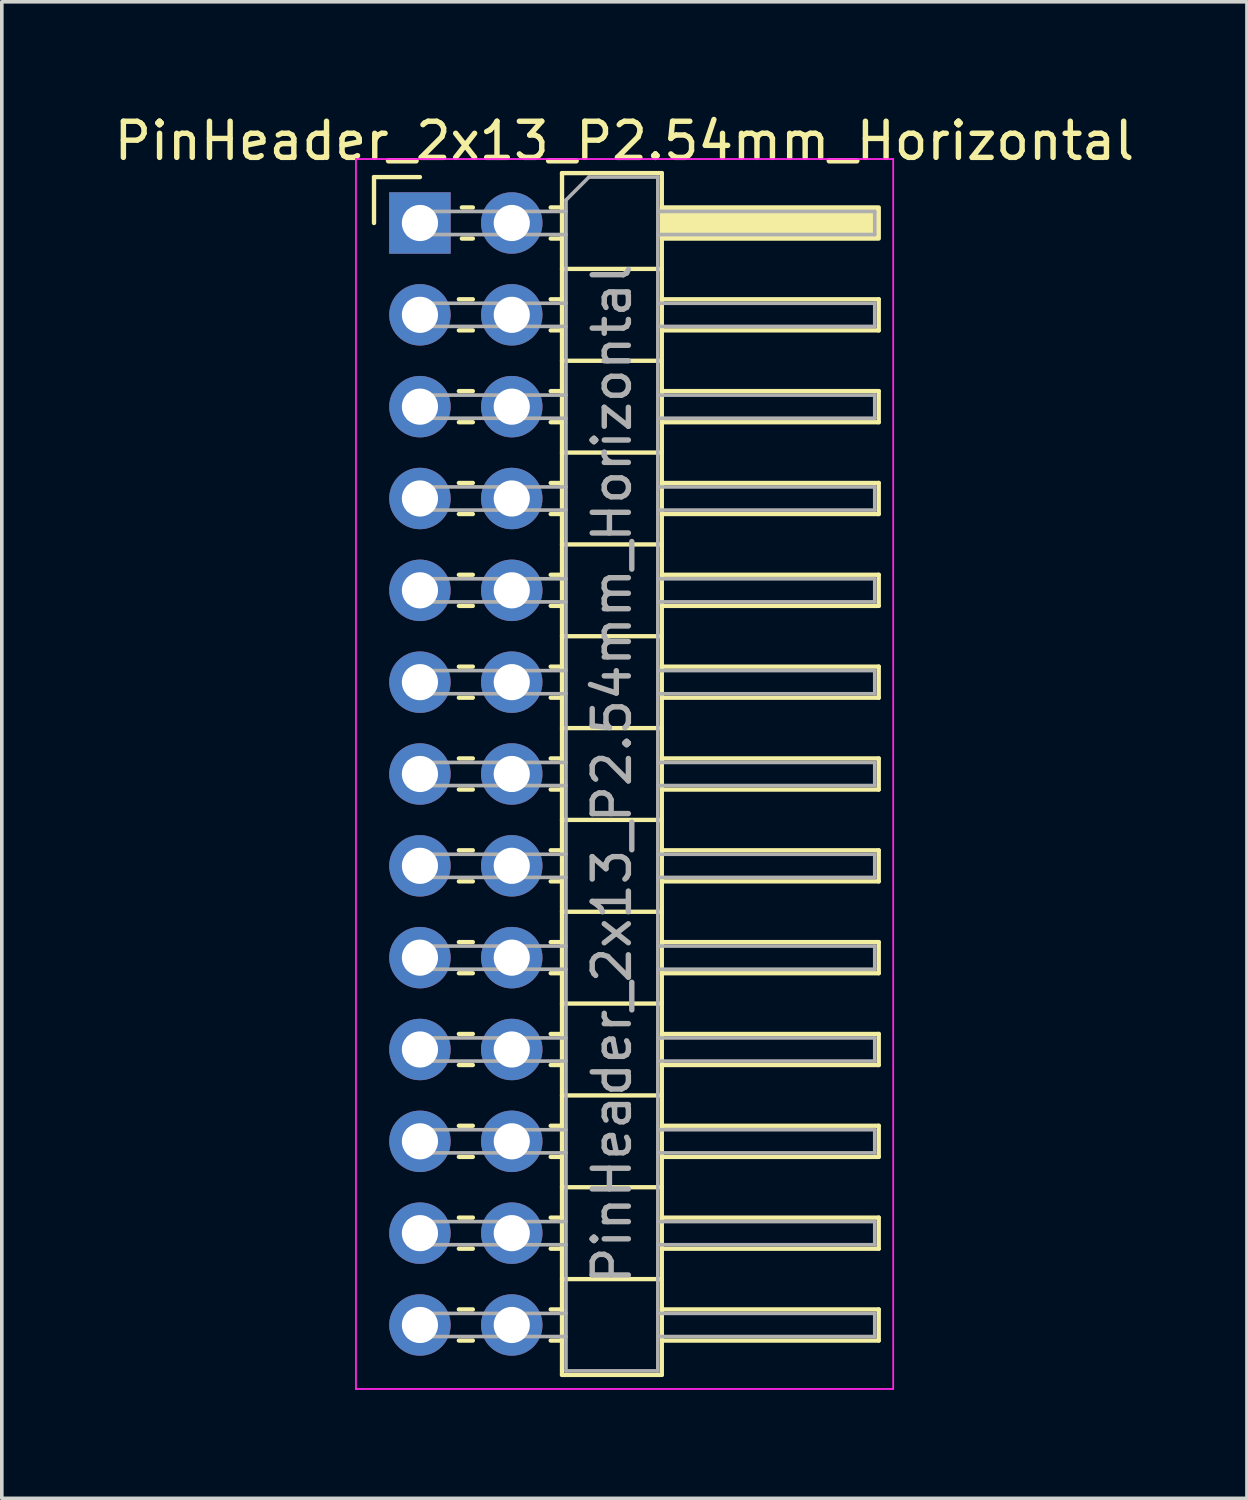
<source format=kicad_pcb>
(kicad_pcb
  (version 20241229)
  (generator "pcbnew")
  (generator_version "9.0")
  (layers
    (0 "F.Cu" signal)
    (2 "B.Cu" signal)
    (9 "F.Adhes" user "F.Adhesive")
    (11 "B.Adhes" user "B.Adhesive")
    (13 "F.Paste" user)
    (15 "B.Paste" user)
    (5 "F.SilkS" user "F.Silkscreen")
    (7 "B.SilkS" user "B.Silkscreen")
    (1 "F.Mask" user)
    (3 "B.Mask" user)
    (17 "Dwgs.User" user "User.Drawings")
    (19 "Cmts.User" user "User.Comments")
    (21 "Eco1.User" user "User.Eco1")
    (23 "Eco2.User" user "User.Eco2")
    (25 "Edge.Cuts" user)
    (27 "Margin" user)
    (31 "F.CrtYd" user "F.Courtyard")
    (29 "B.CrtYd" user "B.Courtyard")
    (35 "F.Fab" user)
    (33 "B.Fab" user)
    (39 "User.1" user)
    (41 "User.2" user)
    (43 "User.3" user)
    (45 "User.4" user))
  (footprint "PinHeader_2x13_P2.54mm_Horizontal"
    (layer "F.Cu")
    (at 8.565 3.118)
    (property "Reference" "PinHeader_2x13_P2.54mm_Horizontal" (at 5.655 -2.27 0) (layer "F.SilkS") (effects (font (size 1 1) (thickness 0.15))))
    (attr through_hole)
    (fp_line (start -1.27 -1.27) (end 0 -1.27) (stroke (width 0.12) (type solid)) (layer "F.SilkS"))
    (fp_line (start -1.27 0) (end -1.27 -1.27) (stroke (width 0.12) (type solid)) (layer "F.SilkS"))
    (fp_line (start 1.077 2.11) (end 1.463 2.11) (stroke (width 0.12) (type solid)) (layer "F.SilkS"))
    (fp_line (start 1.077 2.97) (end 1.463 2.97) (stroke (width 0.12) (type solid)) (layer "F.SilkS"))
    (fp_line (start 1.077 4.65) (end 1.463 4.65) (stroke (width 0.12) (type solid)) (layer "F.SilkS"))
    (fp_line (start 1.077 5.51) (end 1.463 5.51) (stroke (width 0.12) (type solid)) (layer "F.SilkS"))
    (fp_line (start 1.077 7.19) (end 1.463 7.19) (stroke (width 0.12) (type solid)) (layer "F.SilkS"))
    (fp_line (start 1.077 8.05) (end 1.463 8.05) (stroke (width 0.12) (type solid)) (layer "F.SilkS"))
    (fp_line (start 1.077 9.73) (end 1.463 9.73) (stroke (width 0.12) (type solid)) (layer "F.SilkS"))
    (fp_line (start 1.077 10.59) (end 1.463 10.59) (stroke (width 0.12) (type solid)) (layer "F.SilkS"))
    (fp_line (start 1.077 12.27) (end 1.463 12.27) (stroke (width 0.12) (type solid)) (layer "F.SilkS"))
    (fp_line (start 1.077 13.13) (end 1.463 13.13) (stroke (width 0.12) (type solid)) (layer "F.SilkS"))
    (fp_line (start 1.077 14.81) (end 1.463 14.81) (stroke (width 0.12) (type solid)) (layer "F.SilkS"))
    (fp_line (start 1.077 15.67) (end 1.463 15.67) (stroke (width 0.12) (type solid)) (layer "F.SilkS"))
    (fp_line (start 1.077 17.35) (end 1.463 17.35) (stroke (width 0.12) (type solid)) (layer "F.SilkS"))
    (fp_line (start 1.077 18.21) (end 1.463 18.21) (stroke (width 0.12) (type solid)) (layer "F.SilkS"))
    (fp_line (start 1.077 19.89) (end 1.463 19.89) (stroke (width 0.12) (type solid)) (layer "F.SilkS"))
    (fp_line (start 1.077 20.75) (end 1.463 20.75) (stroke (width 0.12) (type solid)) (layer "F.SilkS"))
    (fp_line (start 1.077 22.43) (end 1.463 22.43) (stroke (width 0.12) (type solid)) (layer "F.SilkS"))
    (fp_line (start 1.077 23.29) (end 1.463 23.29) (stroke (width 0.12) (type solid)) (layer "F.SilkS"))
    (fp_line (start 1.077 24.97) (end 1.463 24.97) (stroke (width 0.12) (type solid)) (layer "F.SilkS"))
    (fp_line (start 1.077 25.83) (end 1.463 25.83) (stroke (width 0.12) (type solid)) (layer "F.SilkS"))
    (fp_line (start 1.077 27.51) (end 1.463 27.51) (stroke (width 0.12) (type solid)) (layer "F.SilkS"))
    (fp_line (start 1.077 28.37) (end 1.463 28.37) (stroke (width 0.12) (type solid)) (layer "F.SilkS"))
    (fp_line (start 1.077 30.05) (end 1.463 30.05) (stroke (width 0.12) (type solid)) (layer "F.SilkS"))
    (fp_line (start 1.077 30.91) (end 1.463 30.91) (stroke (width 0.12) (type solid)) (layer "F.SilkS"))
    (fp_line (start 1.16 -0.43) (end 1.463 -0.43) (stroke (width 0.12) (type solid)) (layer "F.SilkS"))
    (fp_line (start 1.16 0.43) (end 1.463 0.43) (stroke (width 0.12) (type solid)) (layer "F.SilkS"))
    (fp_line (start 3.617 -0.43) (end 3.93 -0.43) (stroke (width 0.12) (type solid)) (layer "F.SilkS"))
    (fp_line (start 3.617 0.43) (end 3.93 0.43) (stroke (width 0.12) (type solid)) (layer "F.SilkS"))
    (fp_line (start 3.617 2.11) (end 3.93 2.11) (stroke (width 0.12) (type solid)) (layer "F.SilkS"))
    (fp_line (start 3.617 2.97) (end 3.93 2.97) (stroke (width 0.12) (type solid)) (layer "F.SilkS"))
    (fp_line (start 3.617 4.65) (end 3.93 4.65) (stroke (width 0.12) (type solid)) (layer "F.SilkS"))
    (fp_line (start 3.617 5.51) (end 3.93 5.51) (stroke (width 0.12) (type solid)) (layer "F.SilkS"))
    (fp_line (start 3.617 7.19) (end 3.93 7.19) (stroke (width 0.12) (type solid)) (layer "F.SilkS"))
    (fp_line (start 3.617 8.05) (end 3.93 8.05) (stroke (width 0.12) (type solid)) (layer "F.SilkS"))
    (fp_line (start 3.617 9.73) (end 3.93 9.73) (stroke (width 0.12) (type solid)) (layer "F.SilkS"))
    (fp_line (start 3.617 10.59) (end 3.93 10.59) (stroke (width 0.12) (type solid)) (layer "F.SilkS"))
    (fp_line (start 3.617 12.27) (end 3.93 12.27) (stroke (width 0.12) (type solid)) (layer "F.SilkS"))
    (fp_line (start 3.617 13.13) (end 3.93 13.13) (stroke (width 0.12) (type solid)) (layer "F.SilkS"))
    (fp_line (start 3.617 14.81) (end 3.93 14.81) (stroke (width 0.12) (type solid)) (layer "F.SilkS"))
    (fp_line (start 3.617 15.67) (end 3.93 15.67) (stroke (width 0.12) (type solid)) (layer "F.SilkS"))
    (fp_line (start 3.617 17.35) (end 3.93 17.35) (stroke (width 0.12) (type solid)) (layer "F.SilkS"))
    (fp_line (start 3.617 18.21) (end 3.93 18.21) (stroke (width 0.12) (type solid)) (layer "F.SilkS"))
    (fp_line (start 3.617 19.89) (end 3.93 19.89) (stroke (width 0.12) (type solid)) (layer "F.SilkS"))
    (fp_line (start 3.617 20.75) (end 3.93 20.75) (stroke (width 0.12) (type solid)) (layer "F.SilkS"))
    (fp_line (start 3.617 22.43) (end 3.93 22.43) (stroke (width 0.12) (type solid)) (layer "F.SilkS"))
    (fp_line (start 3.617 23.29) (end 3.93 23.29) (stroke (width 0.12) (type solid)) (layer "F.SilkS"))
    (fp_line (start 3.617 24.97) (end 3.93 24.97) (stroke (width 0.12) (type solid)) (layer "F.SilkS"))
    (fp_line (start 3.617 25.83) (end 3.93 25.83) (stroke (width 0.12) (type solid)) (layer "F.SilkS"))
    (fp_line (start 3.617 27.51) (end 3.93 27.51) (stroke (width 0.12) (type solid)) (layer "F.SilkS"))
    (fp_line (start 3.617 28.37) (end 3.93 28.37) (stroke (width 0.12) (type solid)) (layer "F.SilkS"))
    (fp_line (start 3.617 30.05) (end 3.93 30.05) (stroke (width 0.12) (type solid)) (layer "F.SilkS"))
    (fp_line (start 3.617 30.91) (end 3.93 30.91) (stroke (width 0.12) (type solid)) (layer "F.SilkS"))
    (fp_line (start 3.93 -1.38) (end 3.93 31.86) (stroke (width 0.12) (type solid)) (layer "F.SilkS"))
    (fp_line (start 3.93 1.27) (end 6.69 1.27) (stroke (width 0.12) (type solid)) (layer "F.SilkS"))
    (fp_line (start 3.93 3.81) (end 6.69 3.81) (stroke (width 0.12) (type solid)) (layer "F.SilkS"))
    (fp_line (start 3.93 6.35) (end 6.69 6.35) (stroke (width 0.12) (type solid)) (layer "F.SilkS"))
    (fp_line (start 3.93 8.89) (end 6.69 8.89) (stroke (width 0.12) (type solid)) (layer "F.SilkS"))
    (fp_line (start 3.93 11.43) (end 6.69 11.43) (stroke (width 0.12) (type solid)) (layer "F.SilkS"))
    (fp_line (start 3.93 13.97) (end 6.69 13.97) (stroke (width 0.12) (type solid)) (layer "F.SilkS"))
    (fp_line (start 3.93 16.51) (end 6.69 16.51) (stroke (width 0.12) (type solid)) (layer "F.SilkS"))
    (fp_line (start 3.93 19.05) (end 6.69 19.05) (stroke (width 0.12) (type solid)) (layer "F.SilkS"))
    (fp_line (start 3.93 21.59) (end 6.69 21.59) (stroke (width 0.12) (type solid)) (layer "F.SilkS"))
    (fp_line (start 3.93 24.13) (end 6.69 24.13) (stroke (width 0.12) (type solid)) (layer "F.SilkS"))
    (fp_line (start 3.93 26.67) (end 6.69 26.67) (stroke (width 0.12) (type solid)) (layer "F.SilkS"))
    (fp_line (start 3.93 29.21) (end 6.69 29.21) (stroke (width 0.12) (type solid)) (layer "F.SilkS"))
    (fp_line (start 3.93 31.86) (end 6.69 31.86) (stroke (width 0.12) (type solid)) (layer "F.SilkS"))
    (fp_line (start 6.69 -1.38) (end 3.93 -1.38) (stroke (width 0.12) (type solid)) (layer "F.SilkS"))
    (fp_line (start 6.69 2.11) (end 12.69 2.11) (stroke (width 0.12) (type solid)) (layer "F.SilkS"))
    (fp_line (start 6.69 4.65) (end 12.69 4.65) (stroke (width 0.12) (type solid)) (layer "F.SilkS"))
    (fp_line (start 6.69 7.19) (end 12.69 7.19) (stroke (width 0.12) (type solid)) (layer "F.SilkS"))
    (fp_line (start 6.69 9.73) (end 12.69 9.73) (stroke (width 0.12) (type solid)) (layer "F.SilkS"))
    (fp_line (start 6.69 12.27) (end 12.69 12.27) (stroke (width 0.12) (type solid)) (layer "F.SilkS"))
    (fp_line (start 6.69 14.81) (end 12.69 14.81) (stroke (width 0.12) (type solid)) (layer "F.SilkS"))
    (fp_line (start 6.69 17.35) (end 12.69 17.35) (stroke (width 0.12) (type solid)) (layer "F.SilkS"))
    (fp_line (start 6.69 19.89) (end 12.69 19.89) (stroke (width 0.12) (type solid)) (layer "F.SilkS"))
    (fp_line (start 6.69 22.43) (end 12.69 22.43) (stroke (width 0.12) (type solid)) (layer "F.SilkS"))
    (fp_line (start 6.69 24.97) (end 12.69 24.97) (stroke (width 0.12) (type solid)) (layer "F.SilkS"))
    (fp_line (start 6.69 27.51) (end 12.69 27.51) (stroke (width 0.12) (type solid)) (layer "F.SilkS"))
    (fp_line (start 6.69 30.05) (end 12.69 30.05) (stroke (width 0.12) (type solid)) (layer "F.SilkS"))
    (fp_line (start 6.69 31.86) (end 6.69 -1.38) (stroke (width 0.12) (type solid)) (layer "F.SilkS"))
    (fp_line (start 12.69 2.11) (end 12.69 2.97) (stroke (width 0.12) (type solid)) (layer "F.SilkS"))
    (fp_line (start 12.69 2.97) (end 6.69 2.97) (stroke (width 0.12) (type solid)) (layer "F.SilkS"))
    (fp_line (start 12.69 4.65) (end 12.69 5.51) (stroke (width 0.12) (type solid)) (layer "F.SilkS"))
    (fp_line (start 12.69 5.51) (end 6.69 5.51) (stroke (width 0.12) (type solid)) (layer "F.SilkS"))
    (fp_line (start 12.69 7.19) (end 12.69 8.05) (stroke (width 0.12) (type solid)) (layer "F.SilkS"))
    (fp_line (start 12.69 8.05) (end 6.69 8.05) (stroke (width 0.12) (type solid)) (layer "F.SilkS"))
    (fp_line (start 12.69 9.73) (end 12.69 10.59) (stroke (width 0.12) (type solid)) (layer "F.SilkS"))
    (fp_line (start 12.69 10.59) (end 6.69 10.59) (stroke (width 0.12) (type solid)) (layer "F.SilkS"))
    (fp_line (start 12.69 12.27) (end 12.69 13.13) (stroke (width 0.12) (type solid)) (layer "F.SilkS"))
    (fp_line (start 12.69 13.13) (end 6.69 13.13) (stroke (width 0.12) (type solid)) (layer "F.SilkS"))
    (fp_line (start 12.69 14.81) (end 12.69 15.67) (stroke (width 0.12) (type solid)) (layer "F.SilkS"))
    (fp_line (start 12.69 15.67) (end 6.69 15.67) (stroke (width 0.12) (type solid)) (layer "F.SilkS"))
    (fp_line (start 12.69 17.35) (end 12.69 18.21) (stroke (width 0.12) (type solid)) (layer "F.SilkS"))
    (fp_line (start 12.69 18.21) (end 6.69 18.21) (stroke (width 0.12) (type solid)) (layer "F.SilkS"))
    (fp_line (start 12.69 19.89) (end 12.69 20.75) (stroke (width 0.12) (type solid)) (layer "F.SilkS"))
    (fp_line (start 12.69 20.75) (end 6.69 20.75) (stroke (width 0.12) (type solid)) (layer "F.SilkS"))
    (fp_line (start 12.69 22.43) (end 12.69 23.29) (stroke (width 0.12) (type solid)) (layer "F.SilkS"))
    (fp_line (start 12.69 23.29) (end 6.69 23.29) (stroke (width 0.12) (type solid)) (layer "F.SilkS"))
    (fp_line (start 12.69 24.97) (end 12.69 25.83) (stroke (width 0.12) (type solid)) (layer "F.SilkS"))
    (fp_line (start 12.69 25.83) (end 6.69 25.83) (stroke (width 0.12) (type solid)) (layer "F.SilkS"))
    (fp_line (start 12.69 27.51) (end 12.69 28.37) (stroke (width 0.12) (type solid)) (layer "F.SilkS"))
    (fp_line (start 12.69 28.37) (end 6.69 28.37) (stroke (width 0.12) (type solid)) (layer "F.SilkS"))
    (fp_line (start 12.69 30.05) (end 12.69 30.91) (stroke (width 0.12) (type solid)) (layer "F.SilkS"))
    (fp_line (start 12.69 30.91) (end 6.69 30.91) (stroke (width 0.12) (type solid)) (layer "F.SilkS"))
    (fp_rect (start 6.69 -0.43) (end 12.69 0.43) (stroke (width 0.12) (type solid)) (fill yes) (layer "F.SilkS"))
    (fp_line (start -1.77 -1.77) (end -1.77 32.25) (stroke (width 0.05) (type solid)) (layer "F.CrtYd"))
    (fp_line (start -1.77 32.25) (end 13.09 32.25) (stroke (width 0.05) (type solid)) (layer "F.CrtYd"))
    (fp_line (start 13.09 -1.77) (end -1.77 -1.77) (stroke (width 0.05) (type solid)) (layer "F.CrtYd"))
    (fp_line (start 13.09 32.25) (end 13.09 -1.77) (stroke (width 0.05) (type solid)) (layer "F.CrtYd"))
    (fp_line (start -0.32 -0.32) (end -0.32 0.32) (stroke (width 0.1) (type solid)) (layer "F.Fab"))
    (fp_line (start -0.32 -0.32) (end 4.04 -0.32) (stroke (width 0.1) (type solid)) (layer "F.Fab"))
    (fp_line (start -0.32 0.32) (end 4.04 0.32) (stroke (width 0.1) (type solid)) (layer "F.Fab"))
    (fp_line (start -0.32 2.22) (end -0.32 2.86) (stroke (width 0.1) (type solid)) (layer "F.Fab"))
    (fp_line (start -0.32 2.22) (end 4.04 2.22) (stroke (width 0.1) (type solid)) (layer "F.Fab"))
    (fp_line (start -0.32 2.86) (end 4.04 2.86) (stroke (width 0.1) (type solid)) (layer "F.Fab"))
    (fp_line (start -0.32 4.76) (end -0.32 5.4) (stroke (width 0.1) (type solid)) (layer "F.Fab"))
    (fp_line (start -0.32 4.76) (end 4.04 4.76) (stroke (width 0.1) (type solid)) (layer "F.Fab"))
    (fp_line (start -0.32 5.4) (end 4.04 5.4) (stroke (width 0.1) (type solid)) (layer "F.Fab"))
    (fp_line (start -0.32 7.3) (end -0.32 7.94) (stroke (width 0.1) (type solid)) (layer "F.Fab"))
    (fp_line (start -0.32 7.3) (end 4.04 7.3) (stroke (width 0.1) (type solid)) (layer "F.Fab"))
    (fp_line (start -0.32 7.94) (end 4.04 7.94) (stroke (width 0.1) (type solid)) (layer "F.Fab"))
    (fp_line (start -0.32 9.84) (end -0.32 10.48) (stroke (width 0.1) (type solid)) (layer "F.Fab"))
    (fp_line (start -0.32 9.84) (end 4.04 9.84) (stroke (width 0.1) (type solid)) (layer "F.Fab"))
    (fp_line (start -0.32 10.48) (end 4.04 10.48) (stroke (width 0.1) (type solid)) (layer "F.Fab"))
    (fp_line (start -0.32 12.38) (end -0.32 13.02) (stroke (width 0.1) (type solid)) (layer "F.Fab"))
    (fp_line (start -0.32 12.38) (end 4.04 12.38) (stroke (width 0.1) (type solid)) (layer "F.Fab"))
    (fp_line (start -0.32 13.02) (end 4.04 13.02) (stroke (width 0.1) (type solid)) (layer "F.Fab"))
    (fp_line (start -0.32 14.92) (end -0.32 15.56) (stroke (width 0.1) (type solid)) (layer "F.Fab"))
    (fp_line (start -0.32 14.92) (end 4.04 14.92) (stroke (width 0.1) (type solid)) (layer "F.Fab"))
    (fp_line (start -0.32 15.56) (end 4.04 15.56) (stroke (width 0.1) (type solid)) (layer "F.Fab"))
    (fp_line (start -0.32 17.46) (end -0.32 18.1) (stroke (width 0.1) (type solid)) (layer "F.Fab"))
    (fp_line (start -0.32 17.46) (end 4.04 17.46) (stroke (width 0.1) (type solid)) (layer "F.Fab"))
    (fp_line (start -0.32 18.1) (end 4.04 18.1) (stroke (width 0.1) (type solid)) (layer "F.Fab"))
    (fp_line (start -0.32 20) (end -0.32 20.64) (stroke (width 0.1) (type solid)) (layer "F.Fab"))
    (fp_line (start -0.32 20) (end 4.04 20) (stroke (width 0.1) (type solid)) (layer "F.Fab"))
    (fp_line (start -0.32 20.64) (end 4.04 20.64) (stroke (width 0.1) (type solid)) (layer "F.Fab"))
    (fp_line (start -0.32 22.54) (end -0.32 23.18) (stroke (width 0.1) (type solid)) (layer "F.Fab"))
    (fp_line (start -0.32 22.54) (end 4.04 22.54) (stroke (width 0.1) (type solid)) (layer "F.Fab"))
    (fp_line (start -0.32 23.18) (end 4.04 23.18) (stroke (width 0.1) (type solid)) (layer "F.Fab"))
    (fp_line (start -0.32 25.08) (end -0.32 25.72) (stroke (width 0.1) (type solid)) (layer "F.Fab"))
    (fp_line (start -0.32 25.08) (end 4.04 25.08) (stroke (width 0.1) (type solid)) (layer "F.Fab"))
    (fp_line (start -0.32 25.72) (end 4.04 25.72) (stroke (width 0.1) (type solid)) (layer "F.Fab"))
    (fp_line (start -0.32 27.62) (end -0.32 28.26) (stroke (width 0.1) (type solid)) (layer "F.Fab"))
    (fp_line (start -0.32 27.62) (end 4.04 27.62) (stroke (width 0.1) (type solid)) (layer "F.Fab"))
    (fp_line (start -0.32 28.26) (end 4.04 28.26) (stroke (width 0.1) (type solid)) (layer "F.Fab"))
    (fp_line (start -0.32 30.16) (end -0.32 30.8) (stroke (width 0.1) (type solid)) (layer "F.Fab"))
    (fp_line (start -0.32 30.16) (end 4.04 30.16) (stroke (width 0.1) (type solid)) (layer "F.Fab"))
    (fp_line (start -0.32 30.8) (end 4.04 30.8) (stroke (width 0.1) (type solid)) (layer "F.Fab"))
    (fp_line (start 4.04 -0.635) (end 4.675 -1.27) (stroke (width 0.1) (type solid)) (layer "F.Fab"))
    (fp_line (start 4.04 31.75) (end 4.04 -0.635) (stroke (width 0.1) (type solid)) (layer "F.Fab"))
    (fp_line (start 4.675 -1.27) (end 6.58 -1.27) (stroke (width 0.1) (type solid)) (layer "F.Fab"))
    (fp_line (start 6.58 -1.27) (end 6.58 31.75) (stroke (width 0.1) (type solid)) (layer "F.Fab"))
    (fp_line (start 6.58 -0.32) (end 12.58 -0.32) (stroke (width 0.1) (type solid)) (layer "F.Fab"))
    (fp_line (start 6.58 0.32) (end 12.58 0.32) (stroke (width 0.1) (type solid)) (layer "F.Fab"))
    (fp_line (start 6.58 2.22) (end 12.58 2.22) (stroke (width 0.1) (type solid)) (layer "F.Fab"))
    (fp_line (start 6.58 2.86) (end 12.58 2.86) (stroke (width 0.1) (type solid)) (layer "F.Fab"))
    (fp_line (start 6.58 4.76) (end 12.58 4.76) (stroke (width 0.1) (type solid)) (layer "F.Fab"))
    (fp_line (start 6.58 5.4) (end 12.58 5.4) (stroke (width 0.1) (type solid)) (layer "F.Fab"))
    (fp_line (start 6.58 7.3) (end 12.58 7.3) (stroke (width 0.1) (type solid)) (layer "F.Fab"))
    (fp_line (start 6.58 7.94) (end 12.58 7.94) (stroke (width 0.1) (type solid)) (layer "F.Fab"))
    (fp_line (start 6.58 9.84) (end 12.58 9.84) (stroke (width 0.1) (type solid)) (layer "F.Fab"))
    (fp_line (start 6.58 10.48) (end 12.58 10.48) (stroke (width 0.1) (type solid)) (layer "F.Fab"))
    (fp_line (start 6.58 12.38) (end 12.58 12.38) (stroke (width 0.1) (type solid)) (layer "F.Fab"))
    (fp_line (start 6.58 13.02) (end 12.58 13.02) (stroke (width 0.1) (type solid)) (layer "F.Fab"))
    (fp_line (start 6.58 14.92) (end 12.58 14.92) (stroke (width 0.1) (type solid)) (layer "F.Fab"))
    (fp_line (start 6.58 15.56) (end 12.58 15.56) (stroke (width 0.1) (type solid)) (layer "F.Fab"))
    (fp_line (start 6.58 17.46) (end 12.58 17.46) (stroke (width 0.1) (type solid)) (layer "F.Fab"))
    (fp_line (start 6.58 18.1) (end 12.58 18.1) (stroke (width 0.1) (type solid)) (layer "F.Fab"))
    (fp_line (start 6.58 20) (end 12.58 20) (stroke (width 0.1) (type solid)) (layer "F.Fab"))
    (fp_line (start 6.58 20.64) (end 12.58 20.64) (stroke (width 0.1) (type solid)) (layer "F.Fab"))
    (fp_line (start 6.58 22.54) (end 12.58 22.54) (stroke (width 0.1) (type solid)) (layer "F.Fab"))
    (fp_line (start 6.58 23.18) (end 12.58 23.18) (stroke (width 0.1) (type solid)) (layer "F.Fab"))
    (fp_line (start 6.58 25.08) (end 12.58 25.08) (stroke (width 0.1) (type solid)) (layer "F.Fab"))
    (fp_line (start 6.58 25.72) (end 12.58 25.72) (stroke (width 0.1) (type solid)) (layer "F.Fab"))
    (fp_line (start 6.58 27.62) (end 12.58 27.62) (stroke (width 0.1) (type solid)) (layer "F.Fab"))
    (fp_line (start 6.58 28.26) (end 12.58 28.26) (stroke (width 0.1) (type solid)) (layer "F.Fab"))
    (fp_line (start 6.58 30.16) (end 12.58 30.16) (stroke (width 0.1) (type solid)) (layer "F.Fab"))
    (fp_line (start 6.58 30.8) (end 12.58 30.8) (stroke (width 0.1) (type solid)) (layer "F.Fab"))
    (fp_line (start 6.58 31.75) (end 4.04 31.75) (stroke (width 0.1) (type solid)) (layer "F.Fab"))
    (fp_line (start 12.58 -0.32) (end 12.58 0.32) (stroke (width 0.1) (type solid)) (layer "F.Fab"))
    (fp_line (start 12.58 2.22) (end 12.58 2.86) (stroke (width 0.1) (type solid)) (layer "F.Fab"))
    (fp_line (start 12.58 4.76) (end 12.58 5.4) (stroke (width 0.1) (type solid)) (layer "F.Fab"))
    (fp_line (start 12.58 7.3) (end 12.58 7.94) (stroke (width 0.1) (type solid)) (layer "F.Fab"))
    (fp_line (start 12.58 9.84) (end 12.58 10.48) (stroke (width 0.1) (type solid)) (layer "F.Fab"))
    (fp_line (start 12.58 12.38) (end 12.58 13.02) (stroke (width 0.1) (type solid)) (layer "F.Fab"))
    (fp_line (start 12.58 14.92) (end 12.58 15.56) (stroke (width 0.1) (type solid)) (layer "F.Fab"))
    (fp_line (start 12.58 17.46) (end 12.58 18.1) (stroke (width 0.1) (type solid)) (layer "F.Fab"))
    (fp_line (start 12.58 20) (end 12.58 20.64) (stroke (width 0.1) (type solid)) (layer "F.Fab"))
    (fp_line (start 12.58 22.54) (end 12.58 23.18) (stroke (width 0.1) (type solid)) (layer "F.Fab"))
    (fp_line (start 12.58 25.08) (end 12.58 25.72) (stroke (width 0.1) (type solid)) (layer "F.Fab"))
    (fp_line (start 12.58 27.62) (end 12.58 28.26) (stroke (width 0.1) (type solid)) (layer "F.Fab"))
    (fp_line (start 12.58 30.16) (end 12.58 30.8) (stroke (width 0.1) (type solid)) (layer "F.Fab"))
    (fp_text user "${REFERENCE}" (at 5.31 15.24 90) (layer "F.Fab") (effects (font (size 1 1) (thickness 0.15))))
    (pad "1" thru_hole rect (at 0 0) (size 1.7 1.7) (drill 1) (layers "*.Cu" "*.Mask"))
    (pad "2" thru_hole circle (at 2.54 0) (size 1.7 1.7) (drill 1) (layers "*.Cu" "*.Mask"))
    (pad "3" thru_hole circle (at 0 2.54) (size 1.7 1.7) (drill 1) (layers "*.Cu" "*.Mask"))
    (pad "4" thru_hole circle (at 2.54 2.54) (size 1.7 1.7) (drill 1) (layers "*.Cu" "*.Mask"))
    (pad "5" thru_hole circle (at 0 5.08) (size 1.7 1.7) (drill 1) (layers "*.Cu" "*.Mask"))
    (pad "6" thru_hole circle (at 2.54 5.08) (size 1.7 1.7) (drill 1) (layers "*.Cu" "*.Mask"))
    (pad "7" thru_hole circle (at 0 7.62) (size 1.7 1.7) (drill 1) (layers "*.Cu" "*.Mask"))
    (pad "8" thru_hole circle (at 2.54 7.62) (size 1.7 1.7) (drill 1) (layers "*.Cu" "*.Mask"))
    (pad "9" thru_hole circle (at 0 10.16) (size 1.7 1.7) (drill 1) (layers "*.Cu" "*.Mask"))
    (pad "10" thru_hole circle (at 2.54 10.16) (size 1.7 1.7) (drill 1) (layers "*.Cu" "*.Mask"))
    (pad "11" thru_hole circle (at 0 12.7) (size 1.7 1.7) (drill 1) (layers "*.Cu" "*.Mask"))
    (pad "12" thru_hole circle (at 2.54 12.7) (size 1.7 1.7) (drill 1) (layers "*.Cu" "*.Mask"))
    (pad "13" thru_hole circle (at 0 15.24) (size 1.7 1.7) (drill 1) (layers "*.Cu" "*.Mask"))
    (pad "14" thru_hole circle (at 2.54 15.24) (size 1.7 1.7) (drill 1) (layers "*.Cu" "*.Mask"))
    (pad "15" thru_hole circle (at 0 17.78) (size 1.7 1.7) (drill 1) (layers "*.Cu" "*.Mask"))
    (pad "16" thru_hole circle (at 2.54 17.78) (size 1.7 1.7) (drill 1) (layers "*.Cu" "*.Mask"))
    (pad "17" thru_hole circle (at 0 20.32) (size 1.7 1.7) (drill 1) (layers "*.Cu" "*.Mask"))
    (pad "18" thru_hole circle (at 2.54 20.32) (size 1.7 1.7) (drill 1) (layers "*.Cu" "*.Mask"))
    (pad "19" thru_hole circle (at 0 22.86) (size 1.7 1.7) (drill 1) (layers "*.Cu" "*.Mask"))
    (pad "20" thru_hole circle (at 2.54 22.86) (size 1.7 1.7) (drill 1) (layers "*.Cu" "*.Mask"))
    (pad "21" thru_hole circle (at 0 25.4) (size 1.7 1.7) (drill 1) (layers "*.Cu" "*.Mask"))
    (pad "22" thru_hole circle (at 2.54 25.4) (size 1.7 1.7) (drill 1) (layers "*.Cu" "*.Mask"))
    (pad "23" thru_hole circle (at 0 27.94) (size 1.7 1.7) (drill 1) (layers "*.Cu" "*.Mask"))
    (pad "24" thru_hole circle (at 2.54 27.94) (size 1.7 1.7) (drill 1) (layers "*.Cu" "*.Mask"))
    (pad "25" thru_hole circle (at 0 30.48) (size 1.7 1.7) (drill 1) (layers "*.Cu" "*.Mask"))
    (pad "26" thru_hole circle (at 2.54 30.48) (size 1.7 1.7) (drill 1) (layers "*.Cu" "*.Mask")))
  (gr_rect
    (start -3 -3)
    (end 31.44 38.393)
    (stroke (width 0.1) (type default))
    (fill no)
    (layer "Edge.Cuts")))
</source>
